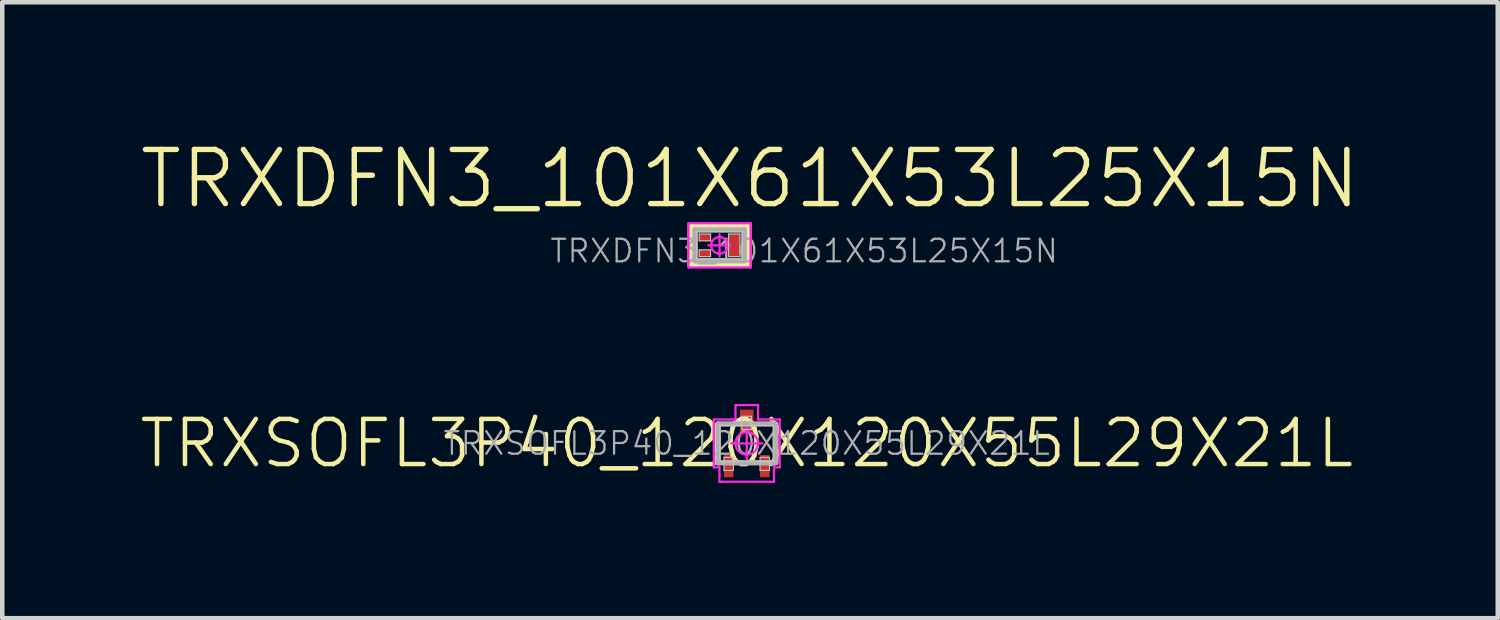
<source format=kicad_pcb>
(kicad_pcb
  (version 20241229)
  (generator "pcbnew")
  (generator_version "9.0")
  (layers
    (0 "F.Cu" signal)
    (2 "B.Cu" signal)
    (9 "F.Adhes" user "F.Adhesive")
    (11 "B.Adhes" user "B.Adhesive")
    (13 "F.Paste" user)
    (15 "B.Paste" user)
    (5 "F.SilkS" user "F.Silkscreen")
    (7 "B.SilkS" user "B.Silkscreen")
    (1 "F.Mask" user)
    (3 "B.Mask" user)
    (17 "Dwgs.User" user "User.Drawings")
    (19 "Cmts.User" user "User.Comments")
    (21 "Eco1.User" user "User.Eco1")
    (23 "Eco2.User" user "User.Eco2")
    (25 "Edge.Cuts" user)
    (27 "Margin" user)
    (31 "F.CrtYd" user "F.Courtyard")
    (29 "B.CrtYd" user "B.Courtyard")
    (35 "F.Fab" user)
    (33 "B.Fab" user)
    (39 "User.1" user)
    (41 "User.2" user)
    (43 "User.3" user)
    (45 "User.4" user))
  (footprint "TRXDFN3_101X61X53L25X15N"
    (layer "F.Cu")
    (at 12.899 2.388)
    (property "Reference" "TRXDFN3_101X61X53L25X15N" (at 0.675 -1.475 0) (layer "F.SilkS") (effects (font (size 1.2 1.2) (thickness 0.12))))
    (attr smd)
    (fp_line (start -0.65 -0.44) (end 0.65 -0.44) (stroke (width 0.12) (type solid)) (layer "F.SilkS"))
    (fp_line (start -0.65 0.44) (end -0.65 -0.44) (stroke (width 0.12) (type solid)) (layer "F.SilkS"))
    (fp_line (start 0.65 -0.44) (end 0.65 0.44) (stroke (width 0.12) (type solid)) (layer "F.SilkS"))
    (fp_line (start 0.65 0.44) (end -0.65 0.44) (stroke (width 0.12) (type solid)) (layer "F.SilkS"))
    (fp_line (start -0.506 -0.306) (end 0.506 -0.306) (stroke (width 0.025) (type solid)) (layer "Dwgs.User"))
    (fp_line (start -0.506 0.306) (end -0.506 -0.306) (stroke (width 0.025) (type solid)) (layer "Dwgs.User"))
    (fp_line (start -0.45 -0.25) (end -0.2 -0.25) (stroke (width 0.025) (type solid)) (layer "Dwgs.User"))
    (fp_line (start -0.45 -0.1) (end -0.45 -0.25) (stroke (width 0.025) (type solid)) (layer "Dwgs.User"))
    (fp_line (start -0.45 0.1) (end -0.2 0.1) (stroke (width 0.025) (type solid)) (layer "Dwgs.User"))
    (fp_line (start -0.45 0.25) (end -0.45 0.1) (stroke (width 0.025) (type solid)) (layer "Dwgs.User"))
    (fp_line (start -0.2 -0.25) (end -0.2 -0.1) (stroke (width 0.025) (type solid)) (layer "Dwgs.User"))
    (fp_line (start -0.2 -0.1) (end -0.45 -0.1) (stroke (width 0.025) (type solid)) (layer "Dwgs.User"))
    (fp_line (start -0.2 0.1) (end -0.2 0.25) (stroke (width 0.025) (type solid)) (layer "Dwgs.User"))
    (fp_line (start -0.2 0.25) (end -0.45 0.25) (stroke (width 0.025) (type solid)) (layer "Dwgs.User"))
    (fp_line (start 0.2 -0.25) (end 0.45 -0.25) (stroke (width 0.025) (type solid)) (layer "Dwgs.User"))
    (fp_line (start 0.2 0.25) (end 0.2 -0.25) (stroke (width 0.025) (type solid)) (layer "Dwgs.User"))
    (fp_line (start 0.45 -0.25) (end 0.45 0.25) (stroke (width 0.025) (type solid)) (layer "Dwgs.User"))
    (fp_line (start 0.45 0.25) (end 0.2 0.25) (stroke (width 0.025) (type solid)) (layer "Dwgs.User"))
    (fp_line (start 0.506 -0.306) (end 0.506 0.306) (stroke (width 0.025) (type solid)) (layer "Dwgs.User"))
    (fp_line (start 0.506 0.306) (end -0.506 0.306) (stroke (width 0.025) (type solid)) (layer "Dwgs.User"))
    (fp_line (start -0.69 -0.49) (end 0.69 -0.49) (stroke (width 0.05) (type solid)) (layer "F.CrtYd"))
    (fp_line (start -0.69 0.49) (end -0.69 -0.49) (stroke (width 0.05) (type solid)) (layer "F.CrtYd"))
    (fp_line (start 0 -0.245) (end 0 0.245) (stroke (width 0.05) (type solid)) (layer "F.CrtYd"))
    (fp_line (start 0.245 0) (end -0.245 0) (stroke (width 0.05) (type solid)) (layer "F.CrtYd"))
    (fp_line (start 0.69 -0.49) (end 0.69 0.49) (stroke (width 0.05) (type solid)) (layer "F.CrtYd"))
    (fp_line (start 0.69 0.49) (end -0.69 0.49) (stroke (width 0.05) (type solid)) (layer "F.CrtYd"))
    (fp_circle (center 0 0) (end 0 0.184) (stroke (width 0.05) (type solid)) (fill no) (layer "F.CrtYd"))
    (fp_line (start -0.54 -0.34) (end 0.54 -0.34) (stroke (width 0.12) (type solid)) (layer "F.Fab"))
    (fp_line (start -0.54 0.34) (end -0.54 -0.34) (stroke (width 0.12) (type solid)) (layer "F.Fab"))
    (fp_line (start 0.54 -0.34) (end 0.54 0.34) (stroke (width 0.12) (type solid)) (layer "F.Fab"))
    (fp_line (start 0.54 0.34) (end -0.54 0.34) (stroke (width 0.12) (type solid)) (layer "F.Fab"))
    (fp_text user "${REFERENCE}" (at 1.875 0.125 0) (layer "F.Fab") (effects (font (size 0.5 0.5) (thickness 0.05))))
    (pad "1" smd rect (at -0.325 -0.175) (size 0.28 0.17) (layers "F.Cu" "F.Mask" "F.Paste"))
    (pad "2" smd rect (at -0.325 0.175) (size 0.28 0.17) (layers "F.Cu" "F.Mask" "F.Paste"))
    (pad "3" smd rect (at 0.325 0) (size 0.28 0.52) (layers "F.Cu" "F.Mask" "F.Paste")))
  (footprint "TRXSOFL3P40_120X120X55L29X21L"
    (layer "F.Cu")
    (at 13.502 6.778)
    (property "Reference" "TRXSOFL3P40_120X120X55L29X21L" (at 0 0 0) (layer "F.SilkS") (effects (font (size 1 1) (thickness 0.1))))
    (attr smd)
    (fp_line (start -0.655 0.43) (end -0.655 -0.43) (stroke (width 0.1) (type solid)) (layer "F.SilkS"))
    (fp_line (start 0.655 0.43) (end 0.655 -0.43) (stroke (width 0.1) (type solid)) (layer "F.SilkS"))
    (fp_line (start -0.6 -0.4) (end 0.6 -0.4) (stroke (width 0.025) (type solid)) (layer "Dwgs.User"))
    (fp_line (start -0.6 0.4) (end -0.6 -0.4) (stroke (width 0.025) (type solid)) (layer "Dwgs.User"))
    (fp_line (start -0.505 0.31) (end -0.295 0.31) (stroke (width 0.025) (type solid)) (layer "Dwgs.User"))
    (fp_line (start -0.505 0.6) (end -0.505 0.31) (stroke (width 0.025) (type solid)) (layer "Dwgs.User"))
    (fp_line (start -0.295 0.31) (end -0.295 0.6) (stroke (width 0.025) (type solid)) (layer "Dwgs.User"))
    (fp_line (start -0.295 0.6) (end -0.505 0.6) (stroke (width 0.025) (type solid)) (layer "Dwgs.User"))
    (fp_line (start -0.105 -0.6) (end 0.105 -0.6) (stroke (width 0.025) (type solid)) (layer "Dwgs.User"))
    (fp_line (start -0.105 -0.31) (end -0.105 -0.6) (stroke (width 0.025) (type solid)) (layer "Dwgs.User"))
    (fp_line (start 0.105 -0.6) (end 0.105 -0.31) (stroke (width 0.025) (type solid)) (layer "Dwgs.User"))
    (fp_line (start 0.105 -0.31) (end -0.105 -0.31) (stroke (width 0.025) (type solid)) (layer "Dwgs.User"))
    (fp_line (start 0.295 0.31) (end 0.505 0.31) (stroke (width 0.025) (type solid)) (layer "Dwgs.User"))
    (fp_line (start 0.295 0.6) (end 0.295 0.31) (stroke (width 0.025) (type solid)) (layer "Dwgs.User"))
    (fp_line (start 0.505 0.31) (end 0.505 0.6) (stroke (width 0.025) (type solid)) (layer "Dwgs.User"))
    (fp_line (start 0.505 0.6) (end 0.295 0.6) (stroke (width 0.025) (type solid)) (layer "Dwgs.User"))
    (fp_line (start 0.6 -0.4) (end 0.6 0.4) (stroke (width 0.025) (type solid)) (layer "Dwgs.User"))
    (fp_line (start 0.6 0.4) (end -0.6 0.4) (stroke (width 0.025) (type solid)) (layer "Dwgs.User"))
    (fp_line (start -0.73 -0.53) (end -0.73 0.53) (stroke (width 0.05) (type solid)) (layer "F.CrtYd"))
    (fp_line (start -0.73 0.53) (end -0.605 0.53) (stroke (width 0.05) (type solid)) (layer "F.CrtYd"))
    (fp_line (start -0.605 0.53) (end -0.605 0.85) (stroke (width 0.05) (type solid)) (layer "F.CrtYd"))
    (fp_line (start -0.605 0.85) (end 0.605 0.85) (stroke (width 0.05) (type solid)) (layer "F.CrtYd"))
    (fp_line (start -0.35 0) (end 0.35 0) (stroke (width 0.05) (type solid)) (layer "F.CrtYd"))
    (fp_line (start -0.25 -0.85) (end -0.25 -0.53) (stroke (width 0.05) (type solid)) (layer "F.CrtYd"))
    (fp_line (start -0.25 -0.53) (end -0.73 -0.53) (stroke (width 0.05) (type solid)) (layer "F.CrtYd"))
    (fp_line (start 0 -0.35) (end 0 0.35) (stroke (width 0.05) (type solid)) (layer "F.CrtYd"))
    (fp_line (start 0.25 -0.85) (end -0.25 -0.85) (stroke (width 0.05) (type solid)) (layer "F.CrtYd"))
    (fp_line (start 0.25 -0.53) (end 0.25 -0.85) (stroke (width 0.05) (type solid)) (layer "F.CrtYd"))
    (fp_line (start 0.605 0.53) (end 0.73 0.53) (stroke (width 0.05) (type solid)) (layer "F.CrtYd"))
    (fp_line (start 0.605 0.85) (end 0.605 0.53) (stroke (width 0.05) (type solid)) (layer "F.CrtYd"))
    (fp_line (start 0.73 -0.53) (end 0.25 -0.53) (stroke (width 0.05) (type solid)) (layer "F.CrtYd"))
    (fp_line (start 0.73 0.53) (end 0.73 -0.53) (stroke (width 0.05) (type solid)) (layer "F.CrtYd"))
    (fp_circle (center 0 0) (end 0 0.25) (stroke (width 0.05) (type solid)) (fill no) (layer "F.CrtYd"))
    (fp_line (start -0.63 -0.43) (end 0.63 -0.43) (stroke (width 0.12) (type solid)) (layer "F.Fab"))
    (fp_line (start -0.63 0.43) (end -0.63 -0.43) (stroke (width 0.12) (type solid)) (layer "F.Fab"))
    (fp_line (start 0.63 -0.43) (end 0.63 0.43) (stroke (width 0.12) (type solid)) (layer "F.Fab"))
    (fp_line (start 0.63 0.43) (end -0.63 0.43) (stroke (width 0.12) (type solid)) (layer "F.Fab"))
    (fp_text user "${REFERENCE}" (at 0 0 0) (layer "F.Fab") (effects (font (size 0.5 0.5) (thickness 0.05))))
    (pad "1" smd rect (at -0.4 0.505 90) (size 0.49 0.21) (layers "F.Cu" "F.Mask" "F.Paste"))
    (pad "2" smd rect (at 0.4 0.505 90) (size 0.49 0.21) (layers "F.Cu" "F.Mask" "F.Paste"))
    (pad "3" smd rect (at 0 -0.505 90) (size 0.49 0.3) (layers "F.Cu" "F.Mask" "F.Paste")))
  (gr_rect
    (start -3 -3)
    (end 30.149 10.653)
    (stroke (width 0.1) (type default))
    (fill no)
    (layer "Edge.Cuts")))
</source>
